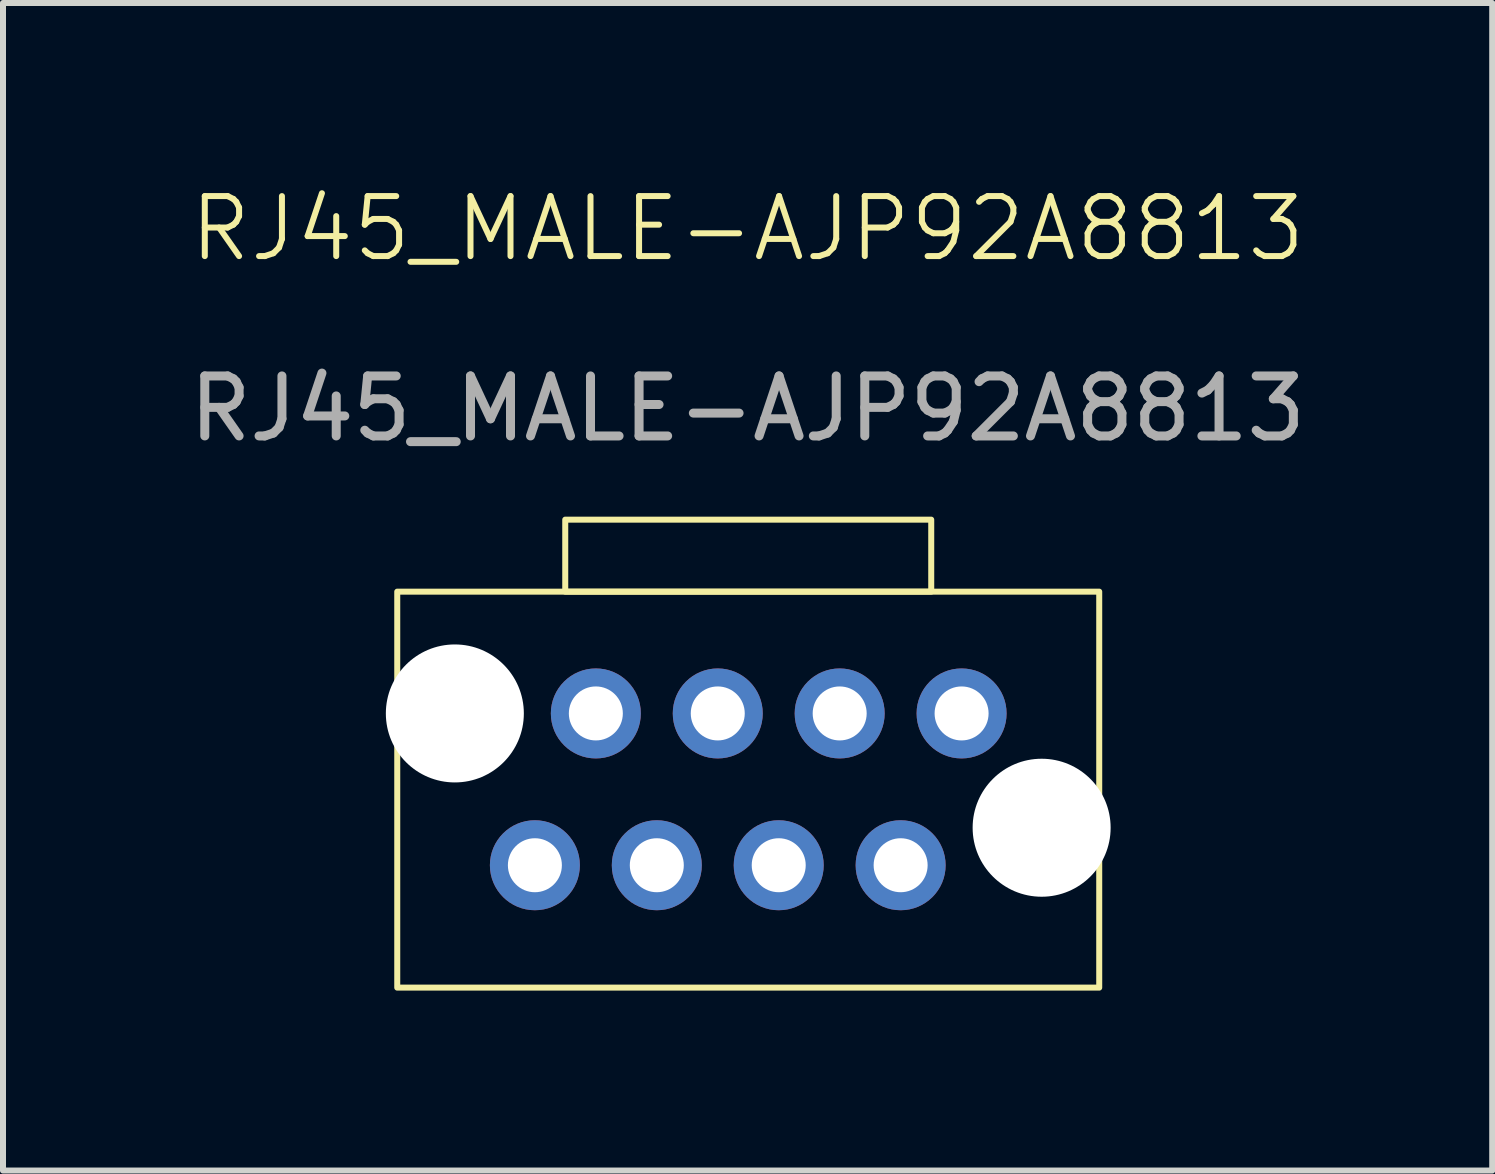
<source format=kicad_pcb>
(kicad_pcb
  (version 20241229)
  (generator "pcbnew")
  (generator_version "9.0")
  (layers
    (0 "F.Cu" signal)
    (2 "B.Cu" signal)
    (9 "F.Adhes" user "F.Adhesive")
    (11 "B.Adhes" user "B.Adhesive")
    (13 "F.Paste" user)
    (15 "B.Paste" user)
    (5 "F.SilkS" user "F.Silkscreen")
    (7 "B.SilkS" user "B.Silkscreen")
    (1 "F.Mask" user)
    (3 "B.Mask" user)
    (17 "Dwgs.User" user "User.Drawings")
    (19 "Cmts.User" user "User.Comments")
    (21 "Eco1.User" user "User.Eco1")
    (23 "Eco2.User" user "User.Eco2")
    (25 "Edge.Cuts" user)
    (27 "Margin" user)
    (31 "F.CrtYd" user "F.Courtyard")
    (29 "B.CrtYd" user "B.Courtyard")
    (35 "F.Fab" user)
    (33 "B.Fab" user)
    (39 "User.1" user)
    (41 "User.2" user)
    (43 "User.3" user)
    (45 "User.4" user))
  (footprint "RJ45_MALE-AJP92A8813"
    (layer "F.Cu")
    (at 9.421 10.111)
    (property "Reference" "RJ45_MALE-AJP92A8813" (at -0.01 -9.35 0) (unlocked yes) (layer "F.SilkS") (effects (font (size 1 1) (thickness 0.1))))
    (attr through_hole)
    (fp_rect (start -5.85 -3.3) (end 5.85 3.3) (stroke (width 0.1) (type default)) (fill no) (layer "F.SilkS"))
    (fp_rect (start -3.05 -4.5) (end 3.05 -3.3) (stroke (width 0.1) (type default)) (fill no) (layer "F.SilkS"))
    (fp_text user "${REFERENCE}" (at -0.01 -6.35 0) (unlocked yes) (layer "F.Fab") (effects (font (size 1 1) (thickness 0.15))))
    (pad "" np_thru_hole circle (at -4.89 -1.27) (size 2.3 2.3) (drill 2.36) (layers "*.Cu" "*.Mask"))
    (pad "" np_thru_hole circle (at 4.89 0.635) (size 2.3 2.3) (drill 2.36) (layers "*.Cu" "*.Mask"))
    (pad "1" thru_hole circle (at 3.556 -1.27) (size 1.5 1.5) (drill 0.9) (layers "*.Cu" "*.Mask"))
    (pad "2" thru_hole circle (at 2.54 1.26) (size 1.5 1.5) (drill 0.9) (layers "*.Cu" "*.Mask"))
    (pad "3" thru_hole circle (at 1.524 -1.27) (size 1.5 1.5) (drill 0.9) (layers "*.Cu" "*.Mask"))
    (pad "4" thru_hole circle (at 0.508 1.26) (size 1.5 1.5) (drill 0.9) (layers "*.Cu" "*.Mask"))
    (pad "5" thru_hole circle (at -0.508 -1.27) (size 1.5 1.5) (drill 0.9) (layers "*.Cu" "*.Mask"))
    (pad "6" thru_hole circle (at -1.524 1.26) (size 1.5 1.5) (drill 0.9) (layers "*.Cu" "*.Mask"))
    (pad "7" thru_hole circle (at -2.54 -1.27) (size 1.5 1.5) (drill 0.9) (layers "*.Cu" "*.Mask"))
    (pad "8" thru_hole circle (at -3.556 1.26) (size 1.5 1.5) (drill 0.9) (layers "*.Cu" "*.Mask")))
  (gr_rect
    (start -3 -3)
    (end 21.821 16.46)
    (stroke (width 0.1) (type default))
    (fill no)
    (layer "Edge.Cuts")))
</source>
